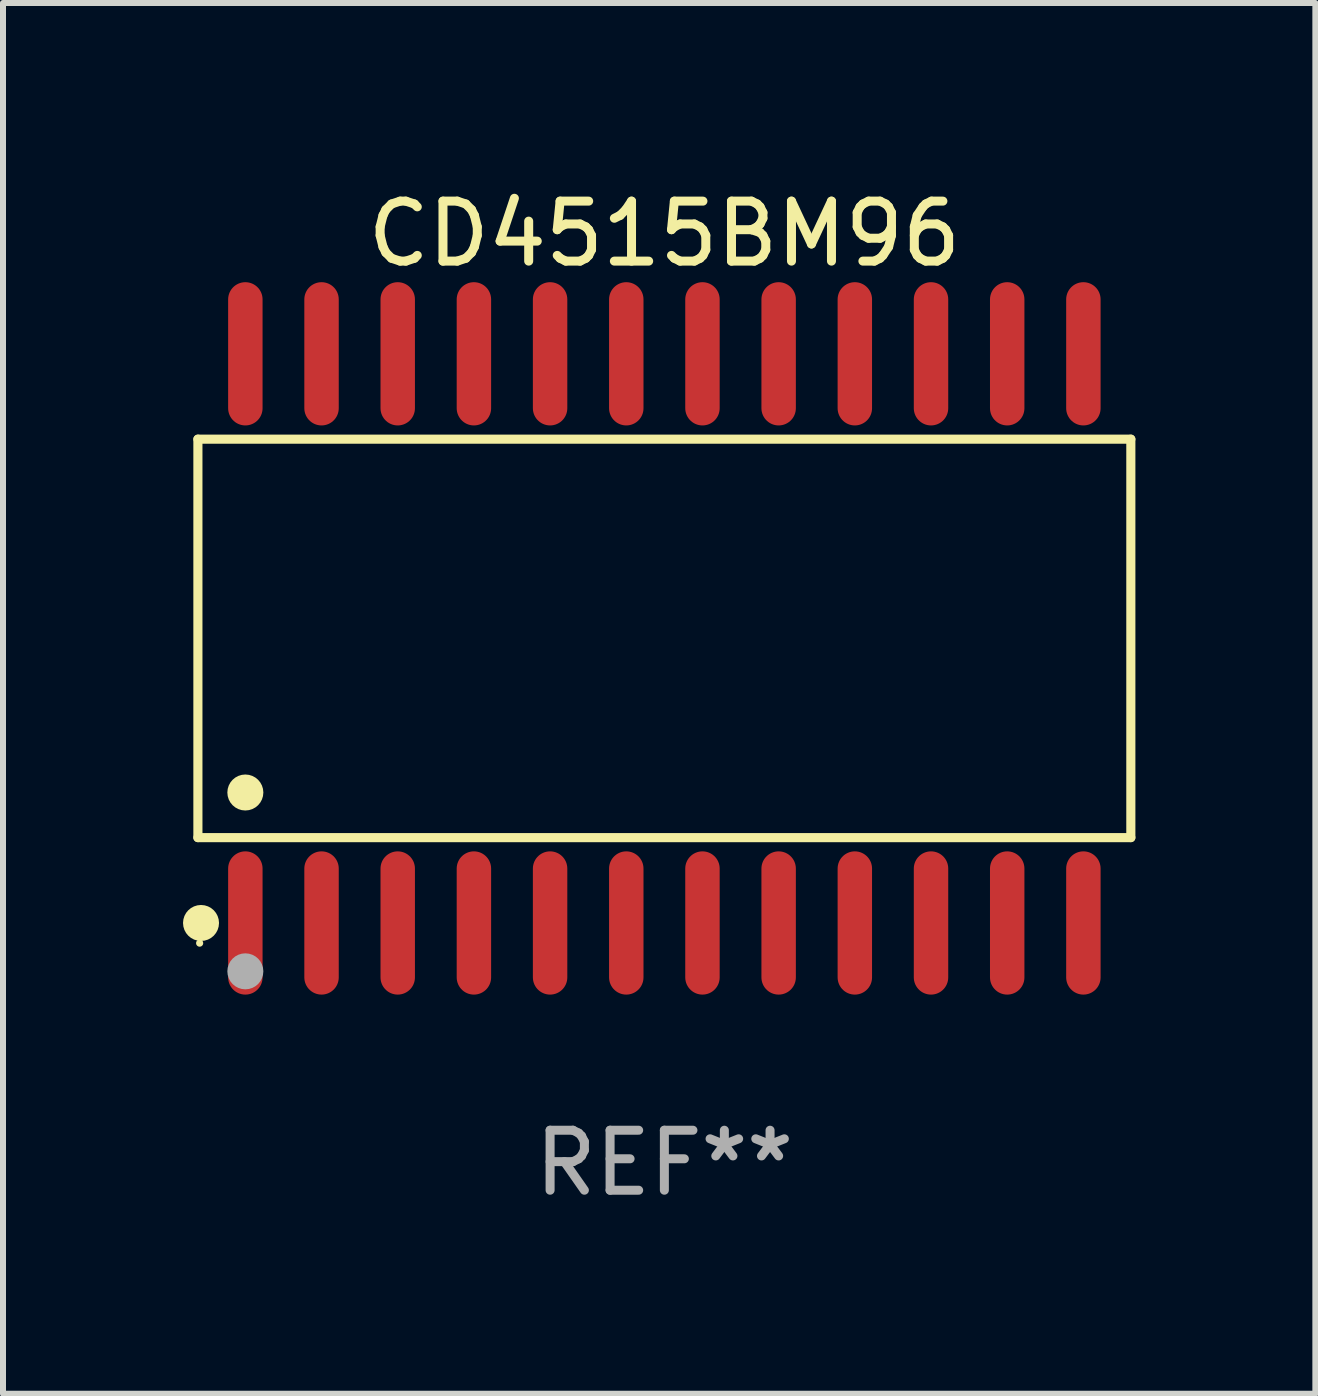
<source format=kicad_pcb>
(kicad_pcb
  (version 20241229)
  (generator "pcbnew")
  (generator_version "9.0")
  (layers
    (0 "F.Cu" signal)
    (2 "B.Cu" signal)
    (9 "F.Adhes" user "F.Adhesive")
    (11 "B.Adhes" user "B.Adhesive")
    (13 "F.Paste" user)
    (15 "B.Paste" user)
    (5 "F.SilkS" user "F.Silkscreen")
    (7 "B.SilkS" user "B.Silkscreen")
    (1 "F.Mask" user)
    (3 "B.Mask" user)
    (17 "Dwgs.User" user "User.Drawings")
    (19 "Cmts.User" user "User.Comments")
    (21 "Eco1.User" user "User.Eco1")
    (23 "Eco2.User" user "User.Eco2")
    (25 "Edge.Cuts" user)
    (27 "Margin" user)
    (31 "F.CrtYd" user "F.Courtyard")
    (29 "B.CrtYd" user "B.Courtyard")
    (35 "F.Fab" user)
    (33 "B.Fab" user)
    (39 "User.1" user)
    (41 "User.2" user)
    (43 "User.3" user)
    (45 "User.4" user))
  (footprint "CD4515BM96"
    (layer "F.Cu")
    (at 8.025 7.592)
    (property "Reference" "CD4515BM96" (at 0 -6.744 0) (layer "F.SilkS") (effects (font (size 1 1) (thickness 0.15))))
    (attr through_hole)
    (fp_line (start -7.776 -3.321) (end 7.776 -3.321) (stroke (width 0.152) (type solid)) (layer "F.SilkS"))
    (fp_line (start -7.776 3.321) (end -7.776 -3.321) (stroke (width 0.152) (type solid)) (layer "F.SilkS"))
    (fp_line (start 7.776 -3.321) (end 7.776 3.321) (stroke (width 0.152) (type solid)) (layer "F.SilkS"))
    (fp_line (start 7.776 3.321) (end -7.776 3.321) (stroke (width 0.152) (type solid)) (layer "F.SilkS"))
    (fp_circle (center -7.747 5.08) (end -7.717 5.08) (stroke (width 0.06) (type solid)) (fill no) (layer "F.SilkS"))
    (fp_circle (center -7.724 4.744) (end -7.574 4.744) (stroke (width 0.3) (type solid)) (fill no) (layer "F.SilkS"))
    (fp_circle (center -6.985 2.569) (end -6.835 2.569) (stroke (width 0.3) (type solid)) (fill no) (layer "F.SilkS"))
    (fp_circle (center -6.985 5.55) (end -6.835 5.55) (stroke (width 0.3) (type solid)) (fill no) (layer "F.Fab"))
    (fp_text user "REF**" (at 0 8.744 0) (layer "F.Fab") (effects (font (size 1 1) (thickness 0.15))))
    (pad "1" smd oval (at -6.985 4.744) (size 0.574 2.388) (layers "F.Cu" "F.Mask" "F.Paste"))
    (pad "2" smd oval (at -5.715 4.744) (size 0.574 2.388) (layers "F.Cu" "F.Mask" "F.Paste"))
    (pad "3" smd oval (at -4.445 4.744) (size 0.574 2.388) (layers "F.Cu" "F.Mask" "F.Paste"))
    (pad "4" smd oval (at -3.175 4.744) (size 0.574 2.388) (layers "F.Cu" "F.Mask" "F.Paste"))
    (pad "5" smd oval (at -1.905 4.744) (size 0.574 2.388) (layers "F.Cu" "F.Mask" "F.Paste"))
    (pad "6" smd oval (at -0.635 4.744) (size 0.574 2.388) (layers "F.Cu" "F.Mask" "F.Paste"))
    (pad "7" smd oval (at 0.635 4.744) (size 0.574 2.388) (layers "F.Cu" "F.Mask" "F.Paste"))
    (pad "8" smd oval (at 1.905 4.744) (size 0.574 2.388) (layers "F.Cu" "F.Mask" "F.Paste"))
    (pad "9" smd oval (at 3.175 4.744) (size 0.574 2.388) (layers "F.Cu" "F.Mask" "F.Paste"))
    (pad "10" smd oval (at 4.445 4.744) (size 0.574 2.388) (layers "F.Cu" "F.Mask" "F.Paste"))
    (pad "11" smd oval (at 5.715 4.744) (size 0.574 2.388) (layers "F.Cu" "F.Mask" "F.Paste"))
    (pad "12" smd oval (at 6.985 4.744) (size 0.574 2.388) (layers "F.Cu" "F.Mask" "F.Paste"))
    (pad "13" smd oval (at 6.985 -4.744) (size 0.574 2.388) (layers "F.Cu" "F.Mask" "F.Paste"))
    (pad "14" smd oval (at 5.715 -4.744) (size 0.574 2.388) (layers "F.Cu" "F.Mask" "F.Paste"))
    (pad "15" smd oval (at 4.445 -4.744) (size 0.574 2.388) (layers "F.Cu" "F.Mask" "F.Paste"))
    (pad "16" smd oval (at 3.175 -4.744) (size 0.574 2.388) (layers "F.Cu" "F.Mask" "F.Paste"))
    (pad "17" smd oval (at 1.905 -4.744) (size 0.574 2.388) (layers "F.Cu" "F.Mask" "F.Paste"))
    (pad "18" smd oval (at 0.635 -4.744) (size 0.574 2.388) (layers "F.Cu" "F.Mask" "F.Paste"))
    (pad "19" smd oval (at -0.635 -4.744) (size 0.574 2.388) (layers "F.Cu" "F.Mask" "F.Paste"))
    (pad "20" smd oval (at -1.905 -4.744) (size 0.574 2.388) (layers "F.Cu" "F.Mask" "F.Paste"))
    (pad "21" smd oval (at -3.175 -4.744) (size 0.574 2.388) (layers "F.Cu" "F.Mask" "F.Paste"))
    (pad "22" smd oval (at -4.445 -4.744) (size 0.574 2.388) (layers "F.Cu" "F.Mask" "F.Paste"))
    (pad "23" smd oval (at -5.715 -4.744) (size 0.574 2.388) (layers "F.Cu" "F.Mask" "F.Paste"))
    (pad "24" smd oval (at -6.985 -4.744) (size 0.574 2.388) (layers "F.Cu" "F.Mask" "F.Paste")))
  (gr_rect
    (start -3 -3)
    (end 18.877 20.184)
    (stroke (width 0.1) (type default))
    (fill no)
    (layer "Edge.Cuts")))
</source>
